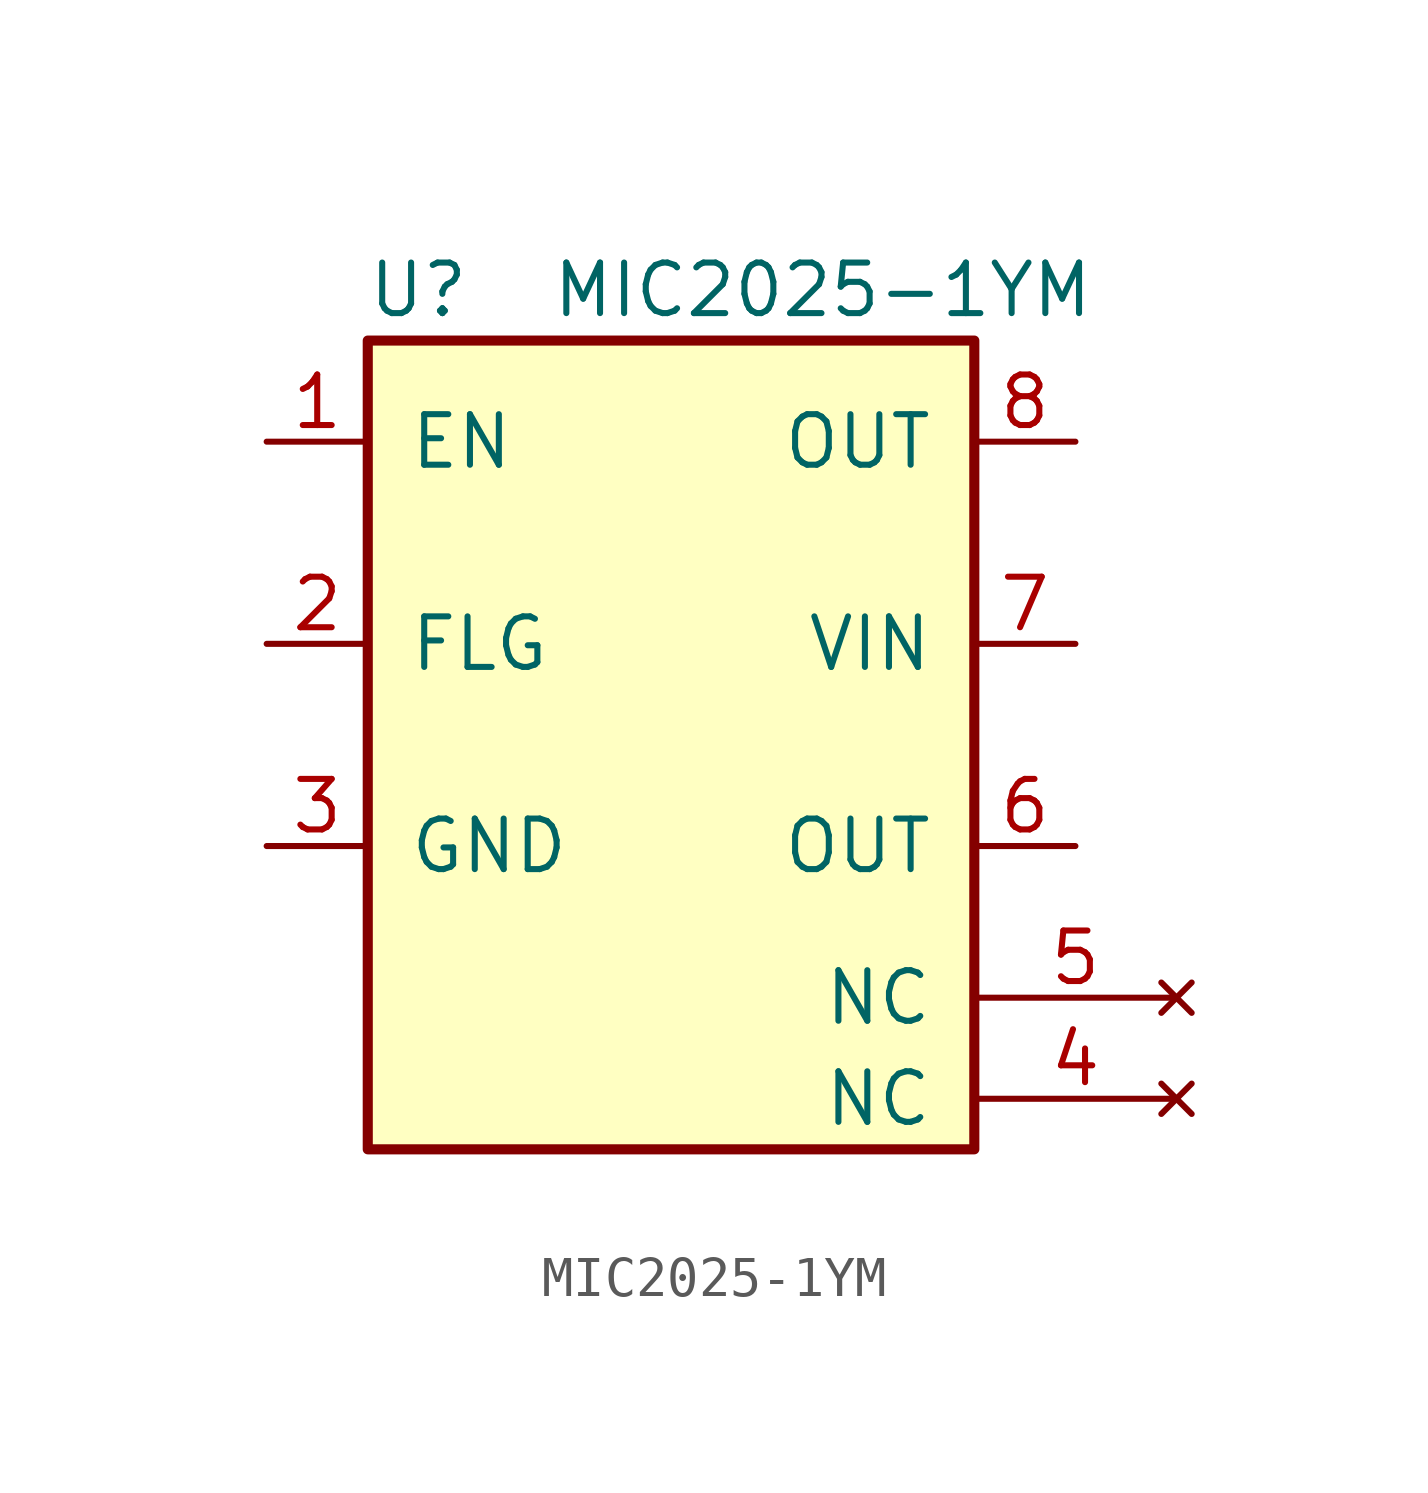
<source format=kicad_sym>
(kicad_symbol_lib
  (version 20201005)
  (generator kicad_symbol_editor)
  (symbol "MIC2025-1YM"
    (pin_names
      (offset 1.016))
    (property "Reference" "U"
      (at -17.78 15.24 0)
      (effects (font (size 1.27 1.27))))
    (property "Value" "MIC2025-1YM"
      (at -7.62 15.24 0)
      (effects (font (size 1.27 1.27))))
    (symbol "MIC2025-1YM_0_0"
      (pin no_connect line (at 1.27 -5.08 180) (length 5.08) (name "NC" (effects (font (size 1.27 1.27)))) (number "4" (effects (font (size 1.27 1.27)))))
      (pin no_connect line (at 1.27 -2.54 180) (length 5.08) (name "NC" (effects (font (size 1.27 1.27)))) (number "5" (effects (font (size 1.27 1.27))))))
    (symbol "MIC2025-1YM_1_1"
      (rectangle (start -19.05 -6.35) (end -3.81 13.97) (stroke (width 0.254)) (fill (type background)))
      (pin input line (at -21.59 11.43 0) (length 2.54) (name "EN" (effects (font (size 1.27 1.27)))) (number "1" (effects (font (size 1.27 1.27)))))
      (pin output line (at -21.59 6.35 0) (length 2.54) (name "FLG" (effects (font (size 1.27 1.27)))) (number "2" (effects (font (size 1.27 1.27)))))
      (pin power_in line (at -21.59 1.27 0) (length 2.54) (name "GND" (effects (font (size 1.27 1.27)))) (number "3" (effects (font (size 1.27 1.27)))))
      (pin passive line (at -1.27 1.27 180) (length 2.54) (name "OUT" (effects (font (size 1.27 1.27)))) (number "6" (effects (font (size 1.27 1.27)))))
      (pin power_in line (at -1.27 6.35 180) (length 2.54) (name "VIN" (effects (font (size 1.27 1.27)))) (number "7" (effects (font (size 1.27 1.27)))))
      (pin power_out line (at -1.27 11.43 180) (length 2.54) (name "OUT" (effects (font (size 1.27 1.27)))) (number "8" (effects (font (size 1.27 1.27))))))))
</source>
